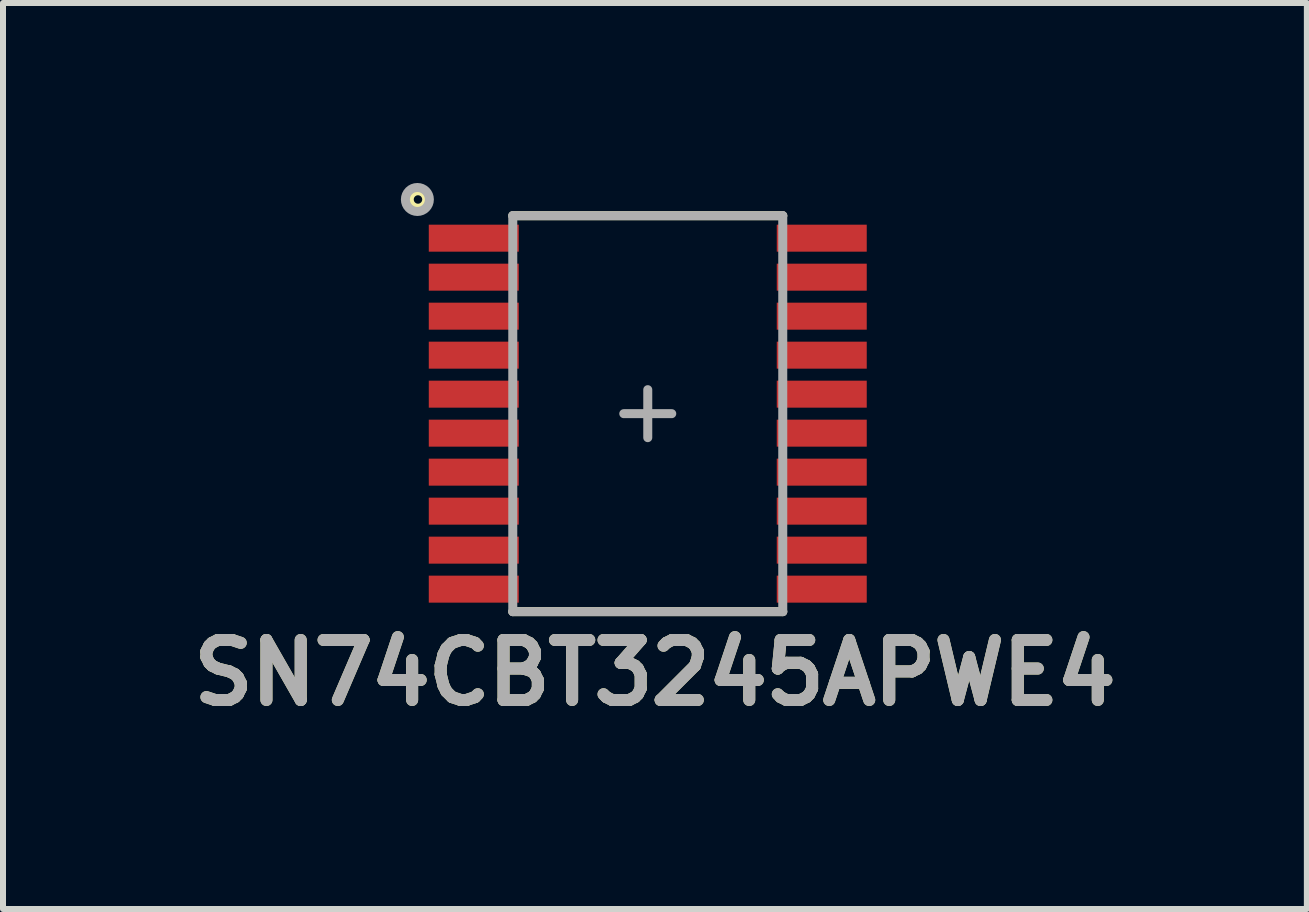
<source format=kicad_pcb>
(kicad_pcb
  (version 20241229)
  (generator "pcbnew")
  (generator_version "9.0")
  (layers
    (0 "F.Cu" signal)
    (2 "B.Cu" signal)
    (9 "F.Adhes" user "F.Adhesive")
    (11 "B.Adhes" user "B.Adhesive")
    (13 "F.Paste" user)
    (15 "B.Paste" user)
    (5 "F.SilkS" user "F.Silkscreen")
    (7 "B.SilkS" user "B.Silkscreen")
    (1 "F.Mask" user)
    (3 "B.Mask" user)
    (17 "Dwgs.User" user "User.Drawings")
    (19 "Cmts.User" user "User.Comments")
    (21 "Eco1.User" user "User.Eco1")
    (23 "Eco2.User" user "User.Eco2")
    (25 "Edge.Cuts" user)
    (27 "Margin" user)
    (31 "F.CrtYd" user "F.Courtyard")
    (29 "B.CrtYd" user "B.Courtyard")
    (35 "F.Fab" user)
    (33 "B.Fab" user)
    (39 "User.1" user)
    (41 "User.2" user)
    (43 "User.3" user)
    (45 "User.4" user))
  (footprint "SN74CBT3245APWE4"
    (layer "F.Cu")
    (at 7.747 3.845)
    (property "Reference" "SN74CBT3245APWE4" (at 0.12 4.32 0) (layer "F.SilkS") (effects (font (size 1 1) (thickness 0.2))))
    (attr through_hole)
    (fp_line (start -2.25 -3.3) (end 2.25 -3.3) (stroke (width 0.15) (type solid)) (layer "F.SilkS"))
    (fp_line (start -2.25 3.3) (end 2.25 3.3) (stroke (width 0.15) (type solid)) (layer "F.SilkS"))
    (fp_circle (center -3.83 -3.57) (end -3.723 -3.47) (stroke (width 0.152) (type solid)) (fill no) (layer "F.SilkS"))
    (fp_line (start -2.25 -3.3) (end -2.25 3.3) (stroke (width 0.15) (type solid)) (layer "F.Fab"))
    (fp_line (start -2.25 -3.3) (end 2.25 -3.3) (stroke (width 0.15) (type solid)) (layer "F.Fab"))
    (fp_line (start -2.25 3.3) (end 2.25 3.3) (stroke (width 0.15) (type solid)) (layer "F.Fab"))
    (fp_line (start -0.4 0) (end 0.4 0) (stroke (width 0.15) (type solid)) (layer "F.Fab"))
    (fp_line (start 0 -0.4) (end 0 0.4) (stroke (width 0.15) (type solid)) (layer "F.Fab"))
    (fp_line (start 2.25 -3.3) (end 2.25 3.3) (stroke (width 0.15) (type solid)) (layer "F.Fab"))
    (fp_circle (center -3.84 -3.57) (end -3.64 -3.57) (stroke (width 0.15) (type solid)) (fill no) (layer "F.Fab"))
    (fp_text user "${REFERENCE}" (at 0.12 4.32 0) (layer "F.Fab") (effects (font (size 1 1) (thickness 0.2))))
    (pad "1" smd rect (at -2.9 -2.925) (size 1.5 0.45) (layers "F.Cu" "F.Mask" "F.Paste"))
    (pad "2" smd rect (at -2.9 -2.275) (size 1.5 0.45) (layers "F.Cu" "F.Mask" "F.Paste"))
    (pad "3" smd rect (at -2.9 -1.625) (size 1.5 0.45) (layers "F.Cu" "F.Mask" "F.Paste"))
    (pad "4" smd rect (at -2.9 -0.975) (size 1.5 0.45) (layers "F.Cu" "F.Mask" "F.Paste"))
    (pad "5" smd rect (at -2.9 -0.325) (size 1.5 0.45) (layers "F.Cu" "F.Mask" "F.Paste"))
    (pad "6" smd rect (at -2.9 0.325) (size 1.5 0.45) (layers "F.Cu" "F.Mask" "F.Paste"))
    (pad "7" smd rect (at -2.9 0.975) (size 1.5 0.45) (layers "F.Cu" "F.Mask" "F.Paste"))
    (pad "8" smd rect (at -2.9 1.625) (size 1.5 0.45) (layers "F.Cu" "F.Mask" "F.Paste"))
    (pad "9" smd rect (at -2.9 2.275) (size 1.5 0.45) (layers "F.Cu" "F.Mask" "F.Paste"))
    (pad "10" smd rect (at -2.9 2.925) (size 1.5 0.45) (layers "F.Cu" "F.Mask" "F.Paste"))
    (pad "11" smd rect (at 2.9 2.925) (size 1.5 0.45) (layers "F.Cu" "F.Mask" "F.Paste"))
    (pad "12" smd rect (at 2.9 2.275) (size 1.5 0.45) (layers "F.Cu" "F.Mask" "F.Paste"))
    (pad "13" smd rect (at 2.9 1.625) (size 1.5 0.45) (layers "F.Cu" "F.Mask" "F.Paste"))
    (pad "14" smd rect (at 2.9 0.975) (size 1.5 0.45) (layers "F.Cu" "F.Mask" "F.Paste"))
    (pad "15" smd rect (at 2.9 0.325) (size 1.5 0.45) (layers "F.Cu" "F.Mask" "F.Paste"))
    (pad "16" smd rect (at 2.9 -0.325) (size 1.5 0.45) (layers "F.Cu" "F.Mask" "F.Paste"))
    (pad "17" smd rect (at 2.9 -0.975) (size 1.5 0.45) (layers "F.Cu" "F.Mask" "F.Paste"))
    (pad "18" smd rect (at 2.9 -1.625) (size 1.5 0.45) (layers "F.Cu" "F.Mask" "F.Paste"))
    (pad "19" smd rect (at 2.9 -2.275) (size 1.5 0.45) (layers "F.Cu" "F.Mask" "F.Paste"))
    (pad "20" smd rect (at 2.9 -2.925) (size 1.5 0.45) (layers "F.Cu" "F.Mask" "F.Paste")))
  (gr_rect
    (start -3 -3)
    (end 18.733 12.101)
    (stroke (width 0.1) (type default))
    (fill no)
    (layer "Edge.Cuts")))
</source>
